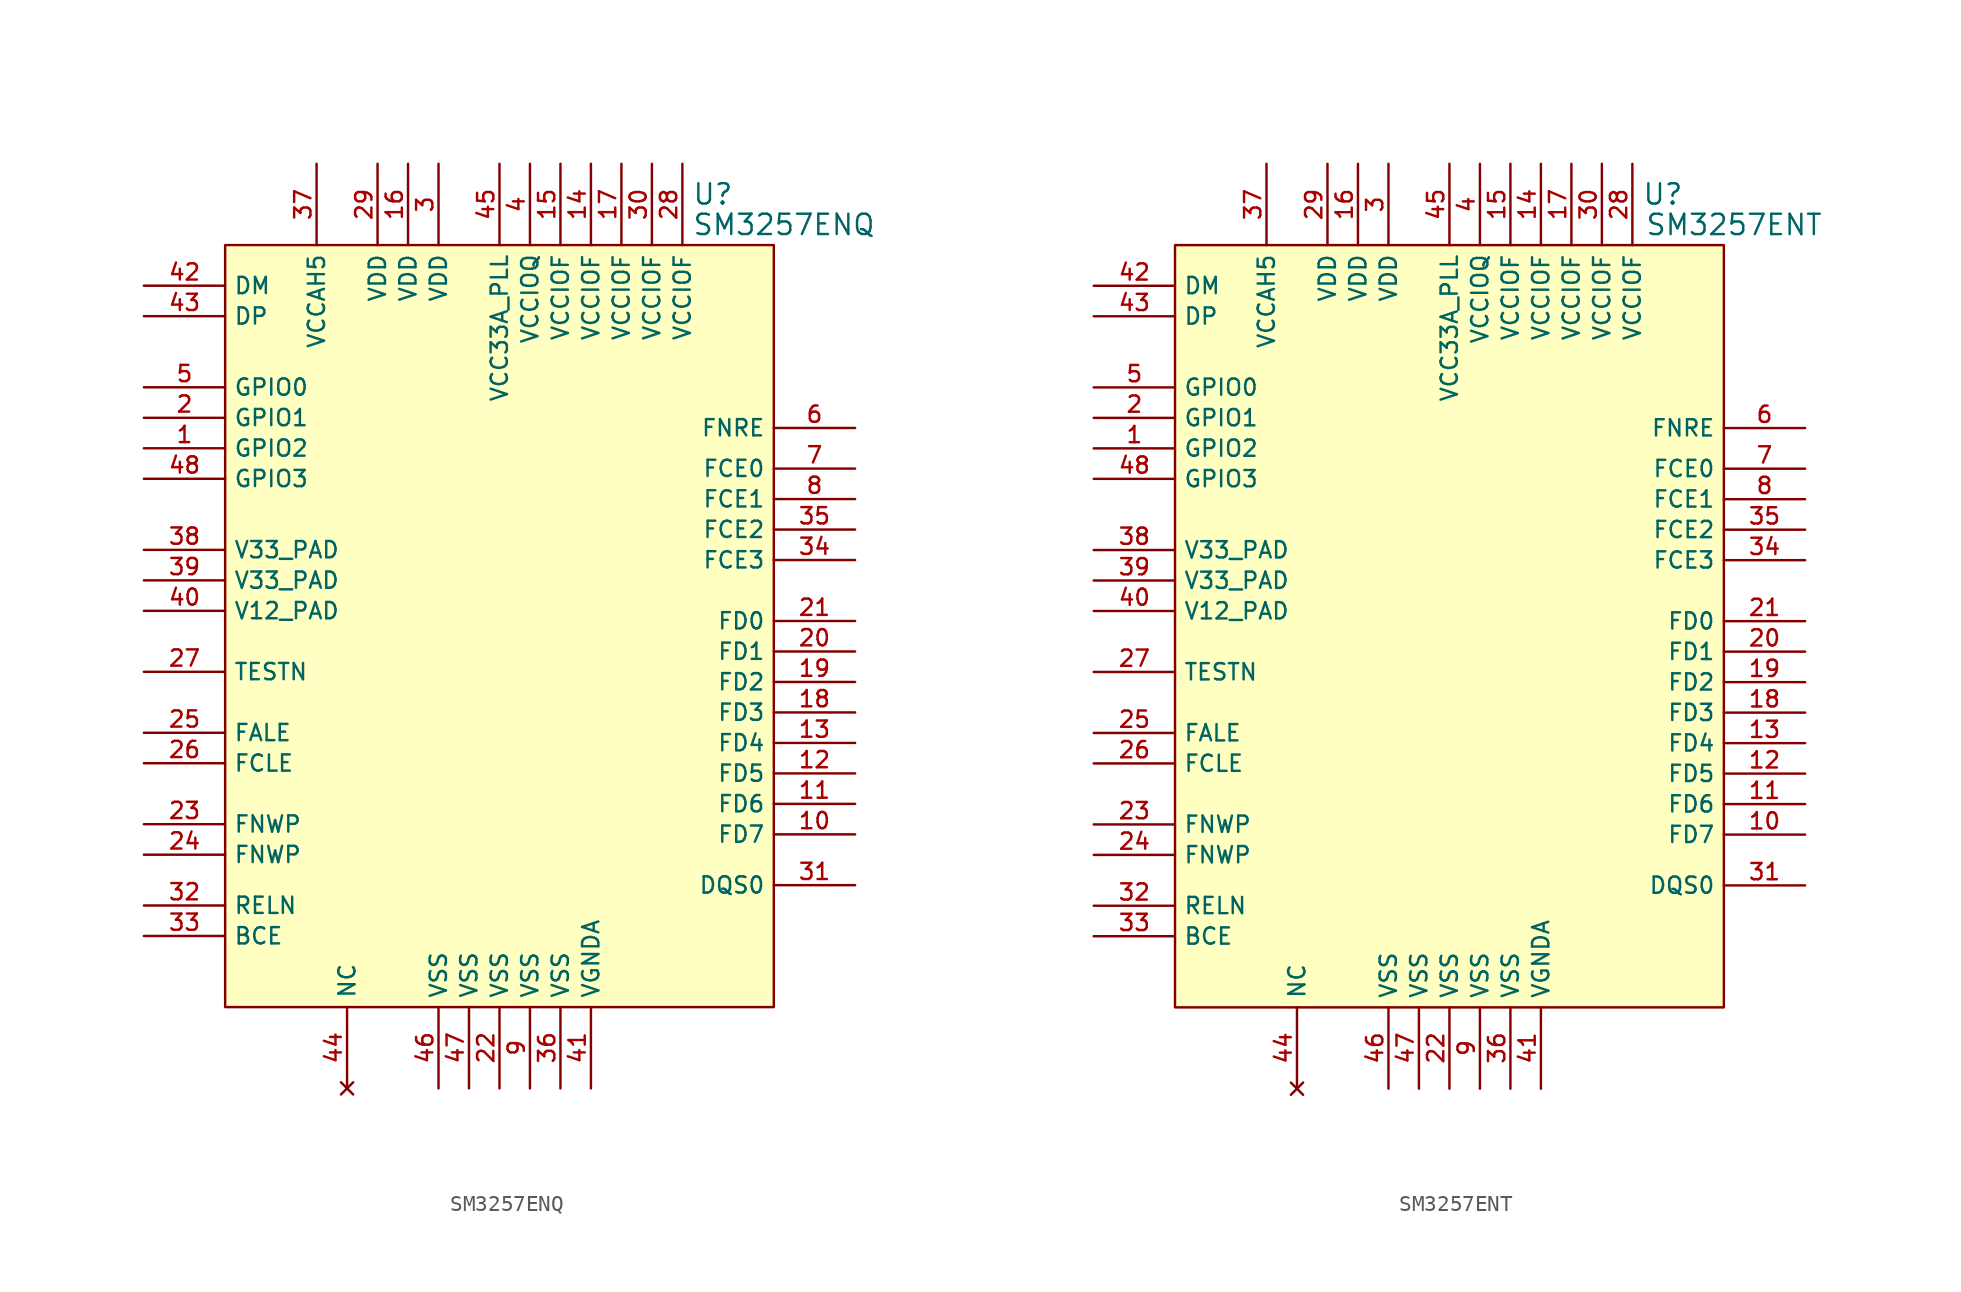
<source format=kicad_sym>
(kicad_symbol_lib
  (version 20211014)
  (generator kicad_symbol_editor)
  (symbol "SM3257ENQ"
    (property "Reference" "U"
      (at 13.335 26.67 0)
      (effects (font (size 1.27 1.27))))
    (property "Value" "SM3257ENQ"
      (at 17.78 24.765 0)
      (effects (font (size 1.27 1.27))))
    (symbol "SM3257ENQ_0_1"
      (rectangle (start -17.145 23.495) (end 17.145 -24.13) (stroke (width 0.152) (type default) (color 0 0 0 0)) (fill (type background))))
    (symbol "SM3257ENQ_1_0"
      (pin bidirectional line (at -22.225 10.795 0) (length 5.08) (name "GPIO2" (effects (font (size 1.016 1.016)))) (number "1" (effects (font (size 1.016 1.016)))))
      (pin bidirectional line (at 22.225 -13.335 180) (length 5.08) (name "FD7" (effects (font (size 1.016 1.016)))) (number "10" (effects (font (size 1.016 1.016)))))
      (pin bidirectional line (at 22.225 -11.43 180) (length 5.08) (name "FD6" (effects (font (size 1.016 1.016)))) (number "11" (effects (font (size 1.016 1.016)))))
      (pin bidirectional line (at 22.225 -9.525 180) (length 5.08) (name "FD5" (effects (font (size 1.016 1.016)))) (number "12" (effects (font (size 1.016 1.016)))))
      (pin bidirectional line (at 22.225 -7.62 180) (length 5.08) (name "FD4" (effects (font (size 1.016 1.016)))) (number "13" (effects (font (size 1.016 1.016)))))
      (pin power_in line (at 5.715 28.575 270) (length 5.08) (name "VCCIOF" (effects (font (size 1.016 1.016)))) (number "14" (effects (font (size 1.016 1.016)))))
      (pin power_in line (at 3.81 28.575 270) (length 5.08) (name "VCCIOF" (effects (font (size 1.016 1.016)))) (number "15" (effects (font (size 1.016 1.016)))))
      (pin power_in line (at -5.715 28.575 270) (length 5.08) (name "VDD" (effects (font (size 1.016 1.016)))) (number "16" (effects (font (size 1.016 1.016)))))
      (pin power_in line (at 7.62 28.575 270) (length 5.08) (name "VCCIOF" (effects (font (size 1.016 1.016)))) (number "17" (effects (font (size 1.016 1.016)))))
      (pin bidirectional line (at 22.225 -5.715 180) (length 5.08) (name "FD3" (effects (font (size 1.016 1.016)))) (number "18" (effects (font (size 1.016 1.016)))))
      (pin bidirectional line (at 22.225 -3.81 180) (length 5.08) (name "FD2" (effects (font (size 1.016 1.016)))) (number "19" (effects (font (size 1.016 1.016)))))
      (pin bidirectional line (at -22.225 12.7 0) (length 5.08) (name "GPIO1" (effects (font (size 1.016 1.016)))) (number "2" (effects (font (size 1.016 1.016)))))
      (pin bidirectional line (at 22.225 -1.905 180) (length 5.08) (name "FD1" (effects (font (size 1.016 1.016)))) (number "20" (effects (font (size 1.016 1.016)))))
      (pin bidirectional line (at 22.225 0 180) (length 5.08) (name "FD0" (effects (font (size 1.016 1.016)))) (number "21" (effects (font (size 1.016 1.016)))))
      (pin power_in line (at 0 -29.21 90) (length 5.08) (name "VSS" (effects (font (size 1.016 1.016)))) (number "22" (effects (font (size 1.016 1.016)))))
      (pin output line (at -22.225 -12.7 0) (length 5.08) (name "FNWP" (effects (font (size 1.016 1.016)))) (number "23" (effects (font (size 1.016 1.016)))))
      (pin output line (at -22.225 -14.605 0) (length 5.08) (name "FNWP" (effects (font (size 1.016 1.016)))) (number "24" (effects (font (size 1.016 1.016)))))
      (pin output line (at -22.225 -6.985 0) (length 5.08) (name "FALE" (effects (font (size 1.016 1.016)))) (number "25" (effects (font (size 1.016 1.016)))))
      (pin output line (at -22.225 -8.89 0) (length 5.08) (name "FCLE" (effects (font (size 1.016 1.016)))) (number "26" (effects (font (size 1.016 1.016)))))
      (pin input line (at -22.225 -3.175 0) (length 5.08) (name "TESTN" (effects (font (size 1.016 1.016)))) (number "27" (effects (font (size 1.016 1.016)))))
      (pin power_in line (at 11.43 28.575 270) (length 5.08) (name "VCCIOF" (effects (font (size 1.016 1.016)))) (number "28" (effects (font (size 1.016 1.016)))))
      (pin power_in line (at -7.62 28.575 270) (length 5.08) (name "VDD" (effects (font (size 1.016 1.016)))) (number "29" (effects (font (size 1.016 1.016)))))
      (pin power_in line (at -3.81 28.575 270) (length 5.08) (name "VDD" (effects (font (size 1.016 1.016)))) (number "3" (effects (font (size 1.016 1.016)))))
      (pin power_in line (at 9.525 28.575 270) (length 5.08) (name "VCCIOF" (effects (font (size 1.016 1.016)))) (number "30" (effects (font (size 1.016 1.016)))))
      (pin bidirectional line (at 22.225 -16.51 180) (length 5.08) (name "DQS0" (effects (font (size 1.016 1.016)))) (number "31" (effects (font (size 1.016 1.016)))))
      (pin input line (at -22.225 -17.78 0) (length 5.08) (name "RELN" (effects (font (size 1.016 1.016)))) (number "32" (effects (font (size 1.016 1.016)))))
      (pin input line (at -22.225 -19.685 0) (length 5.08) (name "BCE" (effects (font (size 1.016 1.016)))) (number "33" (effects (font (size 1.016 1.016)))))
      (pin bidirectional line (at 22.225 3.81 180) (length 5.08) (name "FCE3" (effects (font (size 1.016 1.016)))) (number "34" (effects (font (size 1.016 1.016)))))
      (pin bidirectional line (at 22.225 5.715 180) (length 5.08) (name "FCE2" (effects (font (size 1.016 1.016)))) (number "35" (effects (font (size 1.016 1.016)))))
      (pin power_in line (at 3.81 -29.21 90) (length 5.08) (name "VSS" (effects (font (size 1.016 1.016)))) (number "36" (effects (font (size 1.016 1.016)))))
      (pin power_in line (at -11.43 28.575 270) (length 5.08) (name "VCCAH5" (effects (font (size 1.016 1.016)))) (number "37" (effects (font (size 1.016 1.016)))))
      (pin power_out line (at -22.225 4.445 0) (length 5.08) (name "V33_PAD" (effects (font (size 1.016 1.016)))) (number "38" (effects (font (size 1.016 1.016)))))
      (pin power_out line (at -22.225 2.54 0) (length 5.08) (name "V33_PAD" (effects (font (size 1.016 1.016)))) (number "39" (effects (font (size 1.016 1.016)))))
      (pin power_in line (at 1.905 28.575 270) (length 5.08) (name "VCCIOQ" (effects (font (size 1.016 1.016)))) (number "4" (effects (font (size 1.016 1.016)))))
      (pin power_out line (at -22.225 0.635 0) (length 5.08) (name "V12_PAD" (effects (font (size 1.016 1.016)))) (number "40" (effects (font (size 1.016 1.016)))))
      (pin power_in line (at 5.715 -29.21 90) (length 5.08) (name "VGNDA" (effects (font (size 1.016 1.016)))) (number "41" (effects (font (size 1.016 1.016)))))
      (pin bidirectional line (at -22.225 20.955 0) (length 5.08) (name "DM" (effects (font (size 1.016 1.016)))) (number "42" (effects (font (size 1.016 1.016)))))
      (pin bidirectional line (at -22.225 19.05 0) (length 5.08) (name "DP" (effects (font (size 1.016 1.016)))) (number "43" (effects (font (size 1.016 1.016)))))
      (pin no_connect line (at -9.525 -29.21 90) (length 5.08) (name "NC" (effects (font (size 1.016 1.016)))) (number "44" (effects (font (size 1.016 1.016)))))
      (pin power_in line (at 0 28.575 270) (length 5.08) (name "VCC33A_PLL" (effects (font (size 1.016 1.016)))) (number "45" (effects (font (size 1.016 1.016)))))
      (pin power_in line (at -3.81 -29.21 90) (length 5.08) (name "VSS" (effects (font (size 1.016 1.016)))) (number "46" (effects (font (size 1.016 1.016)))))
      (pin power_in line (at -1.905 -29.21 90) (length 5.08) (name "VSS" (effects (font (size 1.016 1.016)))) (number "47" (effects (font (size 1.016 1.016)))))
      (pin bidirectional line (at -22.225 8.89 0) (length 5.08) (name "GPIO3" (effects (font (size 1.016 1.016)))) (number "48" (effects (font (size 1.016 1.016)))))
      (pin bidirectional line (at -22.225 14.605 0) (length 5.08) (name "GPIO0" (effects (font (size 1.016 1.016)))) (number "5" (effects (font (size 1.016 1.016)))))
      (pin output line (at 22.225 12.065 180) (length 5.08) (name "FNRE" (effects (font (size 1.016 1.016)))) (number "6" (effects (font (size 1.016 1.016)))))
      (pin bidirectional line (at 22.225 9.525 180) (length 5.08) (name "FCE0" (effects (font (size 1.016 1.016)))) (number "7" (effects (font (size 1.016 1.016)))))
      (pin bidirectional line (at 22.225 7.62 180) (length 5.08) (name "FCE1" (effects (font (size 1.016 1.016)))) (number "8" (effects (font (size 1.016 1.016)))))
      (pin power_in line (at 1.905 -29.21 90) (length 5.08) (name "VSS" (effects (font (size 1.016 1.016)))) (number "9" (effects (font (size 1.016 1.016)))))))
  (symbol "SM3257ENT"
    (property "Reference" "U"
      (at 13.335 26.67 0)
      (effects (font (size 1.27 1.27))))
    (property "Value" "SM3257ENT"
      (at 17.78 24.765 0)
      (effects (font (size 1.27 1.27))))
    (symbol "SM3257ENT_0_1"
      (rectangle (start -17.145 23.495) (end 17.145 -24.13) (stroke (width 0.152) (type default) (color 0 0 0 0)) (fill (type background))))
    (symbol "SM3257ENT_1_0"
      (pin bidirectional line (at -22.225 10.795 0) (length 5.08) (name "GPIO2" (effects (font (size 1.016 1.016)))) (number "1" (effects (font (size 1.016 1.016)))))
      (pin bidirectional line (at 22.225 -13.335 180) (length 5.08) (name "FD7" (effects (font (size 1.016 1.016)))) (number "10" (effects (font (size 1.016 1.016)))))
      (pin bidirectional line (at 22.225 -11.43 180) (length 5.08) (name "FD6" (effects (font (size 1.016 1.016)))) (number "11" (effects (font (size 1.016 1.016)))))
      (pin bidirectional line (at 22.225 -9.525 180) (length 5.08) (name "FD5" (effects (font (size 1.016 1.016)))) (number "12" (effects (font (size 1.016 1.016)))))
      (pin bidirectional line (at 22.225 -7.62 180) (length 5.08) (name "FD4" (effects (font (size 1.016 1.016)))) (number "13" (effects (font (size 1.016 1.016)))))
      (pin power_in line (at 5.715 28.575 270) (length 5.08) (name "VCCIOF" (effects (font (size 1.016 1.016)))) (number "14" (effects (font (size 1.016 1.016)))))
      (pin power_in line (at 3.81 28.575 270) (length 5.08) (name "VCCIOF" (effects (font (size 1.016 1.016)))) (number "15" (effects (font (size 1.016 1.016)))))
      (pin power_in line (at -5.715 28.575 270) (length 5.08) (name "VDD" (effects (font (size 1.016 1.016)))) (number "16" (effects (font (size 1.016 1.016)))))
      (pin power_in line (at 7.62 28.575 270) (length 5.08) (name "VCCIOF" (effects (font (size 1.016 1.016)))) (number "17" (effects (font (size 1.016 1.016)))))
      (pin bidirectional line (at 22.225 -5.715 180) (length 5.08) (name "FD3" (effects (font (size 1.016 1.016)))) (number "18" (effects (font (size 1.016 1.016)))))
      (pin bidirectional line (at 22.225 -3.81 180) (length 5.08) (name "FD2" (effects (font (size 1.016 1.016)))) (number "19" (effects (font (size 1.016 1.016)))))
      (pin bidirectional line (at -22.225 12.7 0) (length 5.08) (name "GPIO1" (effects (font (size 1.016 1.016)))) (number "2" (effects (font (size 1.016 1.016)))))
      (pin bidirectional line (at 22.225 -1.905 180) (length 5.08) (name "FD1" (effects (font (size 1.016 1.016)))) (number "20" (effects (font (size 1.016 1.016)))))
      (pin bidirectional line (at 22.225 0 180) (length 5.08) (name "FD0" (effects (font (size 1.016 1.016)))) (number "21" (effects (font (size 1.016 1.016)))))
      (pin power_in line (at 0 -29.21 90) (length 5.08) (name "VSS" (effects (font (size 1.016 1.016)))) (number "22" (effects (font (size 1.016 1.016)))))
      (pin output line (at -22.225 -12.7 0) (length 5.08) (name "FNWP" (effects (font (size 1.016 1.016)))) (number "23" (effects (font (size 1.016 1.016)))))
      (pin output line (at -22.225 -14.605 0) (length 5.08) (name "FNWP" (effects (font (size 1.016 1.016)))) (number "24" (effects (font (size 1.016 1.016)))))
      (pin output line (at -22.225 -6.985 0) (length 5.08) (name "FALE" (effects (font (size 1.016 1.016)))) (number "25" (effects (font (size 1.016 1.016)))))
      (pin output line (at -22.225 -8.89 0) (length 5.08) (name "FCLE" (effects (font (size 1.016 1.016)))) (number "26" (effects (font (size 1.016 1.016)))))
      (pin input line (at -22.225 -3.175 0) (length 5.08) (name "TESTN" (effects (font (size 1.016 1.016)))) (number "27" (effects (font (size 1.016 1.016)))))
      (pin power_in line (at 11.43 28.575 270) (length 5.08) (name "VCCIOF" (effects (font (size 1.016 1.016)))) (number "28" (effects (font (size 1.016 1.016)))))
      (pin power_in line (at -7.62 28.575 270) (length 5.08) (name "VDD" (effects (font (size 1.016 1.016)))) (number "29" (effects (font (size 1.016 1.016)))))
      (pin power_in line (at -3.81 28.575 270) (length 5.08) (name "VDD" (effects (font (size 1.016 1.016)))) (number "3" (effects (font (size 1.016 1.016)))))
      (pin power_in line (at 9.525 28.575 270) (length 5.08) (name "VCCIOF" (effects (font (size 1.016 1.016)))) (number "30" (effects (font (size 1.016 1.016)))))
      (pin bidirectional line (at 22.225 -16.51 180) (length 5.08) (name "DQS0" (effects (font (size 1.016 1.016)))) (number "31" (effects (font (size 1.016 1.016)))))
      (pin input line (at -22.225 -17.78 0) (length 5.08) (name "RELN" (effects (font (size 1.016 1.016)))) (number "32" (effects (font (size 1.016 1.016)))))
      (pin input line (at -22.225 -19.685 0) (length 5.08) (name "BCE" (effects (font (size 1.016 1.016)))) (number "33" (effects (font (size 1.016 1.016)))))
      (pin bidirectional line (at 22.225 3.81 180) (length 5.08) (name "FCE3" (effects (font (size 1.016 1.016)))) (number "34" (effects (font (size 1.016 1.016)))))
      (pin bidirectional line (at 22.225 5.715 180) (length 5.08) (name "FCE2" (effects (font (size 1.016 1.016)))) (number "35" (effects (font (size 1.016 1.016)))))
      (pin power_in line (at 3.81 -29.21 90) (length 5.08) (name "VSS" (effects (font (size 1.016 1.016)))) (number "36" (effects (font (size 1.016 1.016)))))
      (pin power_in line (at -11.43 28.575 270) (length 5.08) (name "VCCAH5" (effects (font (size 1.016 1.016)))) (number "37" (effects (font (size 1.016 1.016)))))
      (pin power_out line (at -22.225 4.445 0) (length 5.08) (name "V33_PAD" (effects (font (size 1.016 1.016)))) (number "38" (effects (font (size 1.016 1.016)))))
      (pin power_out line (at -22.225 2.54 0) (length 5.08) (name "V33_PAD" (effects (font (size 1.016 1.016)))) (number "39" (effects (font (size 1.016 1.016)))))
      (pin power_in line (at 1.905 28.575 270) (length 5.08) (name "VCCIOQ" (effects (font (size 1.016 1.016)))) (number "4" (effects (font (size 1.016 1.016)))))
      (pin power_out line (at -22.225 0.635 0) (length 5.08) (name "V12_PAD" (effects (font (size 1.016 1.016)))) (number "40" (effects (font (size 1.016 1.016)))))
      (pin power_in line (at 5.715 -29.21 90) (length 5.08) (name "VGNDA" (effects (font (size 1.016 1.016)))) (number "41" (effects (font (size 1.016 1.016)))))
      (pin bidirectional line (at -22.225 20.955 0) (length 5.08) (name "DM" (effects (font (size 1.016 1.016)))) (number "42" (effects (font (size 1.016 1.016)))))
      (pin bidirectional line (at -22.225 19.05 0) (length 5.08) (name "DP" (effects (font (size 1.016 1.016)))) (number "43" (effects (font (size 1.016 1.016)))))
      (pin no_connect line (at -9.525 -29.21 90) (length 5.08) (name "NC" (effects (font (size 1.016 1.016)))) (number "44" (effects (font (size 1.016 1.016)))))
      (pin power_in line (at 0 28.575 270) (length 5.08) (name "VCC33A_PLL" (effects (font (size 1.016 1.016)))) (number "45" (effects (font (size 1.016 1.016)))))
      (pin power_in line (at -3.81 -29.21 90) (length 5.08) (name "VSS" (effects (font (size 1.016 1.016)))) (number "46" (effects (font (size 1.016 1.016)))))
      (pin power_in line (at -1.905 -29.21 90) (length 5.08) (name "VSS" (effects (font (size 1.016 1.016)))) (number "47" (effects (font (size 1.016 1.016)))))
      (pin bidirectional line (at -22.225 8.89 0) (length 5.08) (name "GPIO3" (effects (font (size 1.016 1.016)))) (number "48" (effects (font (size 1.016 1.016)))))
      (pin bidirectional line (at -22.225 14.605 0) (length 5.08) (name "GPIO0" (effects (font (size 1.016 1.016)))) (number "5" (effects (font (size 1.016 1.016)))))
      (pin output line (at 22.225 12.065 180) (length 5.08) (name "FNRE" (effects (font (size 1.016 1.016)))) (number "6" (effects (font (size 1.016 1.016)))))
      (pin bidirectional line (at 22.225 9.525 180) (length 5.08) (name "FCE0" (effects (font (size 1.016 1.016)))) (number "7" (effects (font (size 1.016 1.016)))))
      (pin bidirectional line (at 22.225 7.62 180) (length 5.08) (name "FCE1" (effects (font (size 1.016 1.016)))) (number "8" (effects (font (size 1.016 1.016)))))
      (pin power_in line (at 1.905 -29.21 90) (length 5.08) (name "VSS" (effects (font (size 1.016 1.016)))) (number "9" (effects (font (size 1.016 1.016))))))))
</source>
